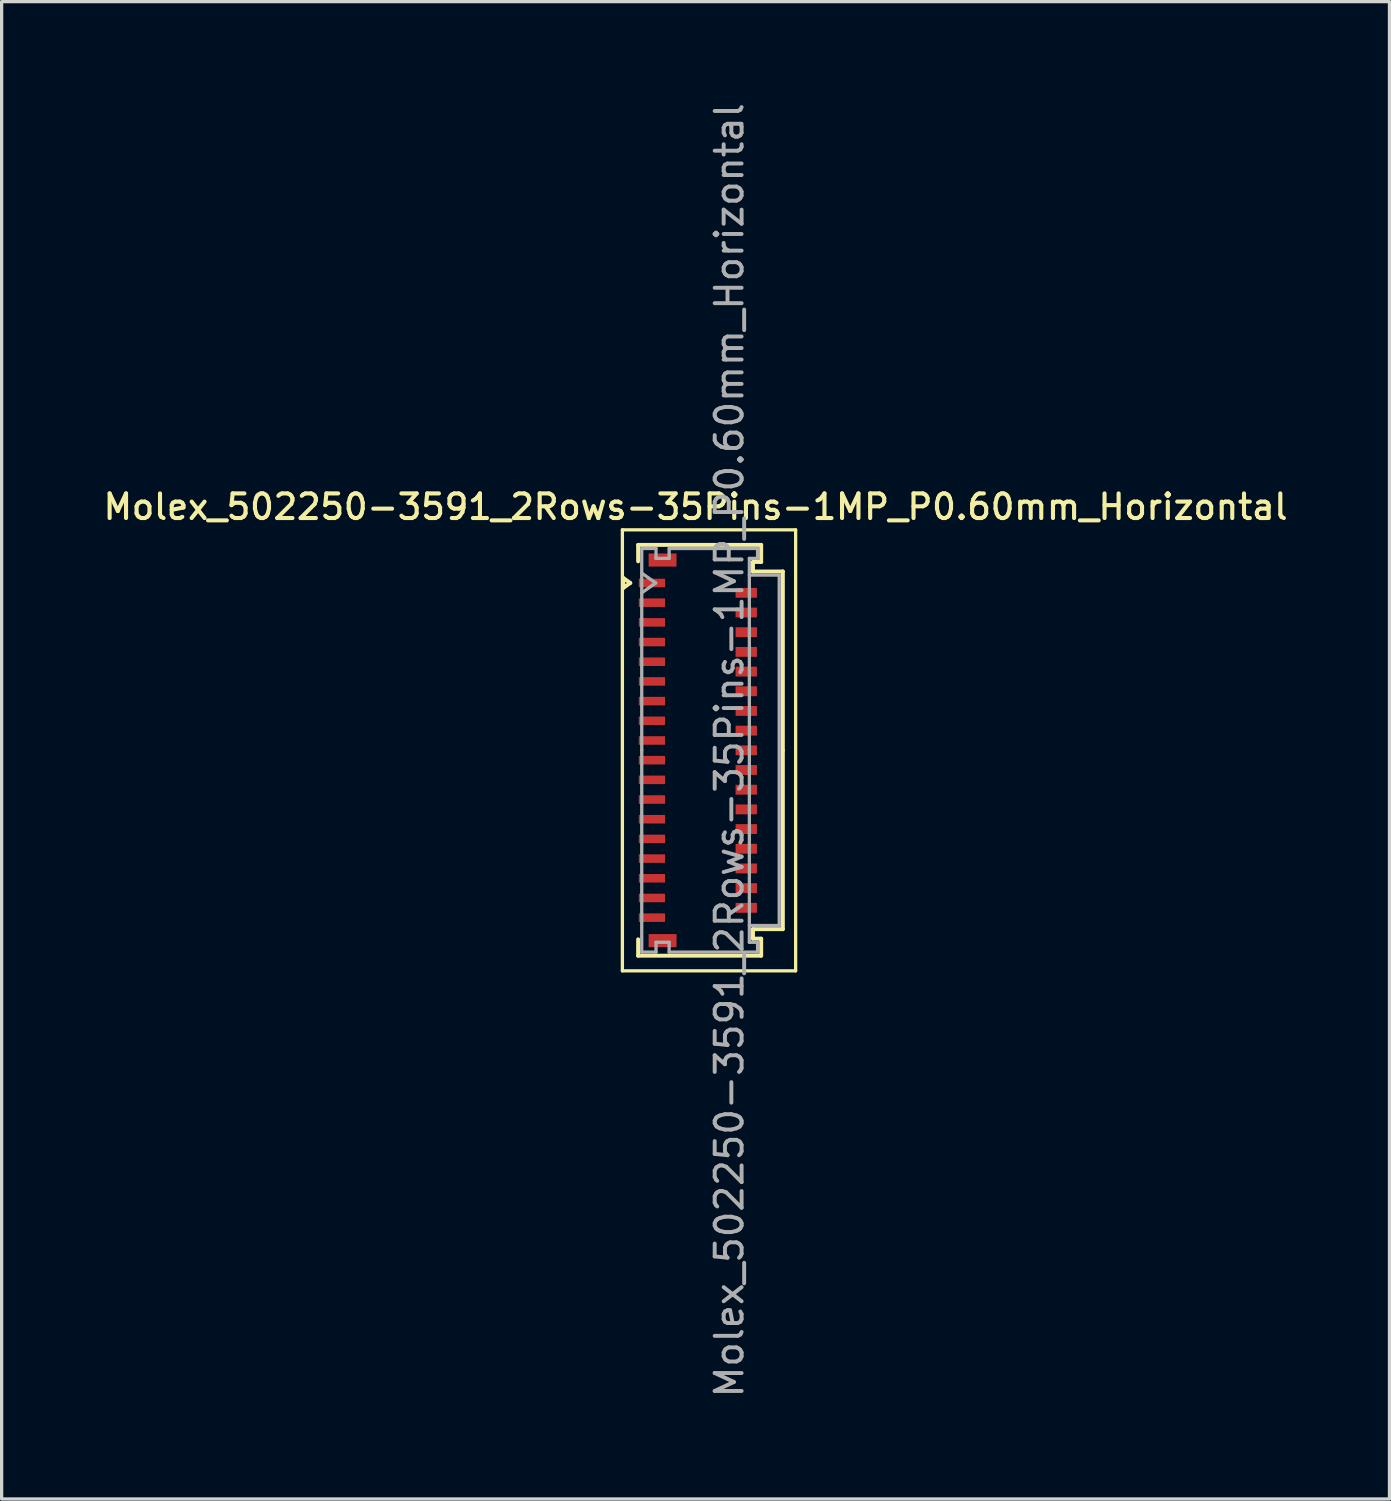
<source format=kicad_pcb>
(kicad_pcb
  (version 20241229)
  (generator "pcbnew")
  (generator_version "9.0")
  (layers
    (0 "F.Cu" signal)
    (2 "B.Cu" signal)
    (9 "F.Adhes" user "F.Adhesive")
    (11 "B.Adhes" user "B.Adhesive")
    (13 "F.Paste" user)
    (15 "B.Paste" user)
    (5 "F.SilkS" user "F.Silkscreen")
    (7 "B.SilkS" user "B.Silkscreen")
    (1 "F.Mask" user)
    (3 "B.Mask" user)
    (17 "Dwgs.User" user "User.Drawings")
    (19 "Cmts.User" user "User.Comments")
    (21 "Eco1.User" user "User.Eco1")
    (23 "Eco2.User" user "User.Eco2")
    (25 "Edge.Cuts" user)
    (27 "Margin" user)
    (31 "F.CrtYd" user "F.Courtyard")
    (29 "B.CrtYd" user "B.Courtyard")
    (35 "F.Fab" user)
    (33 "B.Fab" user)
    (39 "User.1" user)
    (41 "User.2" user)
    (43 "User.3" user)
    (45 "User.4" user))
  (footprint "Molex_502250-3591_2Rows-35Pins-1MP_P0.60mm_Horizontal"
    (layer "F.Cu")
    (at 18.218 19.817)
    (property "Reference" "Molex_502250-3591_2Rows-35Pins-1MP_P0.60mm_Horizontal" (at -0.07 -7.42 0) (layer "F.SilkS") (effects (font (size 0.75 0.75) (thickness 0.125))))
    (attr smd)
    (fp_line (start -2.3 -6.72) (end -2.3 6.72) (stroke (width 0.1) (type solid)) (layer "F.SilkS"))
    (fp_line (start -2.3 6.72) (end 2.98 6.72) (stroke (width 0.1) (type solid)) (layer "F.SilkS"))
    (fp_line (start -2.272 -5.25) (end -2.06 -5.1) (stroke (width 0.12) (type solid)) (layer "F.SilkS"))
    (fp_line (start -2.272 -4.95) (end -2.272 -5.25) (stroke (width 0.12) (type solid)) (layer "F.SilkS"))
    (fp_line (start -2.06 -5.1) (end -2.272 -4.95) (stroke (width 0.12) (type solid)) (layer "F.SilkS"))
    (fp_line (start -1.82 -6.26) (end 1.93 -6.26) (stroke (width 0.12) (type solid)) (layer "F.SilkS"))
    (fp_line (start -1.82 -5.76) (end -1.82 -6.26) (stroke (width 0.12) (type solid)) (layer "F.SilkS"))
    (fp_line (start -1.82 5.76) (end -1.82 6.26) (stroke (width 0.12) (type solid)) (layer "F.SilkS"))
    (fp_line (start -1.82 6.26) (end 1.93 6.26) (stroke (width 0.12) (type solid)) (layer "F.SilkS"))
    (fp_line (start 1.68 -5.74) (end 1.68 -5.45) (stroke (width 0.12) (type solid)) (layer "F.SilkS"))
    (fp_line (start 1.68 -5.45) (end 2.59 -5.45) (stroke (width 0.12) (type solid)) (layer "F.SilkS"))
    (fp_line (start 1.68 5.45) (end 2.59 5.45) (stroke (width 0.12) (type solid)) (layer "F.SilkS"))
    (fp_line (start 1.68 5.74) (end 1.68 5.45) (stroke (width 0.12) (type solid)) (layer "F.SilkS"))
    (fp_line (start 1.93 -6.26) (end 1.93 -5.74) (stroke (width 0.12) (type solid)) (layer "F.SilkS"))
    (fp_line (start 1.93 -5.74) (end 1.68 -5.74) (stroke (width 0.12) (type solid)) (layer "F.SilkS"))
    (fp_line (start 1.93 5.74) (end 1.68 5.74) (stroke (width 0.12) (type solid)) (layer "F.SilkS"))
    (fp_line (start 1.93 6.26) (end 1.93 5.74) (stroke (width 0.12) (type solid)) (layer "F.SilkS"))
    (fp_line (start 2.59 -5.45) (end 2.59 0) (stroke (width 0.12) (type solid)) (layer "F.SilkS"))
    (fp_line (start 2.59 5.45) (end 2.59 0) (stroke (width 0.12) (type solid)) (layer "F.SilkS"))
    (fp_line (start 2.98 -6.72) (end -2.3 -6.72) (stroke (width 0.1) (type solid)) (layer "F.SilkS"))
    (fp_line (start 2.98 6.72) (end 2.98 -6.72) (stroke (width 0.1) (type solid)) (layer "F.SilkS"))
    (fp_line (start -1.71 -6.15) (end -1.275 -6.15) (stroke (width 0.1) (type solid)) (layer "F.Fab"))
    (fp_line (start -1.71 -5.4) (end -1.286 -5.1) (stroke (width 0.1) (type solid)) (layer "F.Fab"))
    (fp_line (start -1.71 0) (end -1.71 -6.15) (stroke (width 0.1) (type solid)) (layer "F.Fab"))
    (fp_line (start -1.71 0) (end -1.71 6.15) (stroke (width 0.1) (type solid)) (layer "F.Fab"))
    (fp_line (start -1.71 6.15) (end -1.275 6.15) (stroke (width 0.1) (type solid)) (layer "F.Fab"))
    (fp_line (start -1.286 -5.1) (end -1.71 -4.8) (stroke (width 0.1) (type solid)) (layer "F.Fab"))
    (fp_line (start -1.275 -6.15) (end -1.275 -5.85) (stroke (width 0.1) (type solid)) (layer "F.Fab"))
    (fp_line (start -1.275 -5.85) (end -0.875 -5.85) (stroke (width 0.1) (type solid)) (layer "F.Fab"))
    (fp_line (start -1.275 5.85) (end -0.875 5.85) (stroke (width 0.1) (type solid)) (layer "F.Fab"))
    (fp_line (start -1.275 6.15) (end -1.275 5.85) (stroke (width 0.1) (type solid)) (layer "F.Fab"))
    (fp_line (start -0.875 -6.15) (end 1.82 -6.15) (stroke (width 0.1) (type solid)) (layer "F.Fab"))
    (fp_line (start -0.875 -5.85) (end -0.875 -6.15) (stroke (width 0.1) (type solid)) (layer "F.Fab"))
    (fp_line (start -0.875 5.85) (end -0.875 6.15) (stroke (width 0.1) (type solid)) (layer "F.Fab"))
    (fp_line (start -0.875 6.15) (end 1.82 6.15) (stroke (width 0.1) (type solid)) (layer "F.Fab"))
    (fp_line (start 1.57 -5.85) (end 1.57 0) (stroke (width 0.1) (type solid)) (layer "F.Fab"))
    (fp_line (start 1.57 -5.34) (end 2.48 -5.34) (stroke (width 0.1) (type solid)) (layer "F.Fab"))
    (fp_line (start 1.57 5.85) (end 1.57 0) (stroke (width 0.1) (type solid)) (layer "F.Fab"))
    (fp_line (start 1.82 -6.15) (end 1.82 -5.85) (stroke (width 0.1) (type solid)) (layer "F.Fab"))
    (fp_line (start 1.82 -5.85) (end 1.57 -5.85) (stroke (width 0.1) (type solid)) (layer "F.Fab"))
    (fp_line (start 1.82 5.85) (end 1.57 5.85) (stroke (width 0.1) (type solid)) (layer "F.Fab"))
    (fp_line (start 1.82 6.15) (end 1.82 5.85) (stroke (width 0.1) (type solid)) (layer "F.Fab"))
    (fp_line (start 2.48 -5.34) (end 2.48 5.34) (stroke (width 0.1) (type solid)) (layer "F.Fab"))
    (fp_line (start 2.48 5.34) (end 1.57 5.34) (stroke (width 0.1) (type solid)) (layer "F.Fab"))
    (fp_text user "${REFERENCE}" (at 0.96 0 90) (layer "F.Fab") (effects (font (size 0.82 0.82) (thickness 0.12))))
    (pad "1" smd rect (at -1.4 -5.1) (size 0.8 0.26) (layers "F.Cu" "F.Mask" "F.Paste"))
    (pad "2" smd rect (at 1.475 -4.8) (size 0.65 0.3) (layers "F.Cu" "F.Mask" "F.Paste"))
    (pad "3" smd rect (at -1.4 -4.5) (size 0.8 0.26) (layers "F.Cu" "F.Mask" "F.Paste"))
    (pad "4" smd rect (at 1.475 -4.2) (size 0.65 0.3) (layers "F.Cu" "F.Mask" "F.Paste"))
    (pad "5" smd rect (at -1.4 -3.9) (size 0.8 0.26) (layers "F.Cu" "F.Mask" "F.Paste"))
    (pad "6" smd rect (at 1.475 -3.6) (size 0.65 0.3) (layers "F.Cu" "F.Mask" "F.Paste"))
    (pad "7" smd rect (at -1.4 -3.3) (size 0.8 0.26) (layers "F.Cu" "F.Mask" "F.Paste"))
    (pad "8" smd rect (at 1.475 -3) (size 0.65 0.3) (layers "F.Cu" "F.Mask" "F.Paste"))
    (pad "9" smd rect (at -1.4 -2.7) (size 0.8 0.26) (layers "F.Cu" "F.Mask" "F.Paste"))
    (pad "10" smd rect (at 1.475 -2.4) (size 0.65 0.3) (layers "F.Cu" "F.Mask" "F.Paste"))
    (pad "11" smd rect (at -1.4 -2.1) (size 0.8 0.26) (layers "F.Cu" "F.Mask" "F.Paste"))
    (pad "12" smd rect (at 1.475 -1.8) (size 0.65 0.3) (layers "F.Cu" "F.Mask" "F.Paste"))
    (pad "13" smd rect (at -1.4 -1.5) (size 0.8 0.26) (layers "F.Cu" "F.Mask" "F.Paste"))
    (pad "14" smd rect (at 1.475 -1.2) (size 0.65 0.3) (layers "F.Cu" "F.Mask" "F.Paste"))
    (pad "15" smd rect (at -1.4 -0.9) (size 0.8 0.26) (layers "F.Cu" "F.Mask" "F.Paste"))
    (pad "16" smd rect (at 1.475 -0.6) (size 0.65 0.3) (layers "F.Cu" "F.Mask" "F.Paste"))
    (pad "17" smd rect (at -1.4 -0.3) (size 0.8 0.26) (layers "F.Cu" "F.Mask" "F.Paste"))
    (pad "18" smd rect (at 1.475 0) (size 0.65 0.3) (layers "F.Cu" "F.Mask" "F.Paste"))
    (pad "19" smd rect (at -1.4 0.3) (size 0.8 0.26) (layers "F.Cu" "F.Mask" "F.Paste"))
    (pad "20" smd rect (at 1.475 0.6) (size 0.65 0.3) (layers "F.Cu" "F.Mask" "F.Paste"))
    (pad "21" smd rect (at -1.4 0.9) (size 0.8 0.26) (layers "F.Cu" "F.Mask" "F.Paste"))
    (pad "22" smd rect (at 1.475 1.2) (size 0.65 0.3) (layers "F.Cu" "F.Mask" "F.Paste"))
    (pad "23" smd rect (at -1.4 1.5) (size 0.8 0.26) (layers "F.Cu" "F.Mask" "F.Paste"))
    (pad "24" smd rect (at 1.475 1.8) (size 0.65 0.3) (layers "F.Cu" "F.Mask" "F.Paste"))
    (pad "25" smd rect (at -1.4 2.1) (size 0.8 0.26) (layers "F.Cu" "F.Mask" "F.Paste"))
    (pad "26" smd rect (at 1.475 2.4) (size 0.65 0.3) (layers "F.Cu" "F.Mask" "F.Paste"))
    (pad "27" smd rect (at -1.4 2.7) (size 0.8 0.26) (layers "F.Cu" "F.Mask" "F.Paste"))
    (pad "28" smd rect (at 1.475 3) (size 0.65 0.3) (layers "F.Cu" "F.Mask" "F.Paste"))
    (pad "29" smd rect (at -1.4 3.3) (size 0.8 0.26) (layers "F.Cu" "F.Mask" "F.Paste"))
    (pad "30" smd rect (at 1.475 3.6) (size 0.65 0.3) (layers "F.Cu" "F.Mask" "F.Paste"))
    (pad "31" smd rect (at -1.4 3.9) (size 0.8 0.26) (layers "F.Cu" "F.Mask" "F.Paste"))
    (pad "32" smd rect (at 1.475 4.2) (size 0.65 0.3) (layers "F.Cu" "F.Mask" "F.Paste"))
    (pad "33" smd rect (at -1.4 4.5) (size 0.8 0.26) (layers "F.Cu" "F.Mask" "F.Paste"))
    (pad "34" smd rect (at 1.475 4.8) (size 0.65 0.3) (layers "F.Cu" "F.Mask" "F.Paste"))
    (pad "35" smd rect (at -1.4 5.1) (size 0.8 0.26) (layers "F.Cu" "F.Mask" "F.Paste"))
    (pad "MP" smd rect (at -1.075 -5.8) (size 0.85 0.4) (layers "F.Cu" "F.Mask" "F.Paste"))
    (pad "MP" smd rect (at -1.075 5.8) (size 0.85 0.4) (layers "F.Cu" "F.Mask" "F.Paste")))
  (gr_rect
    (start -3 -3)
    (end 39.296 42.634)
    (stroke (width 0.1) (type default))
    (fill no)
    (layer "Edge.Cuts")))
</source>
